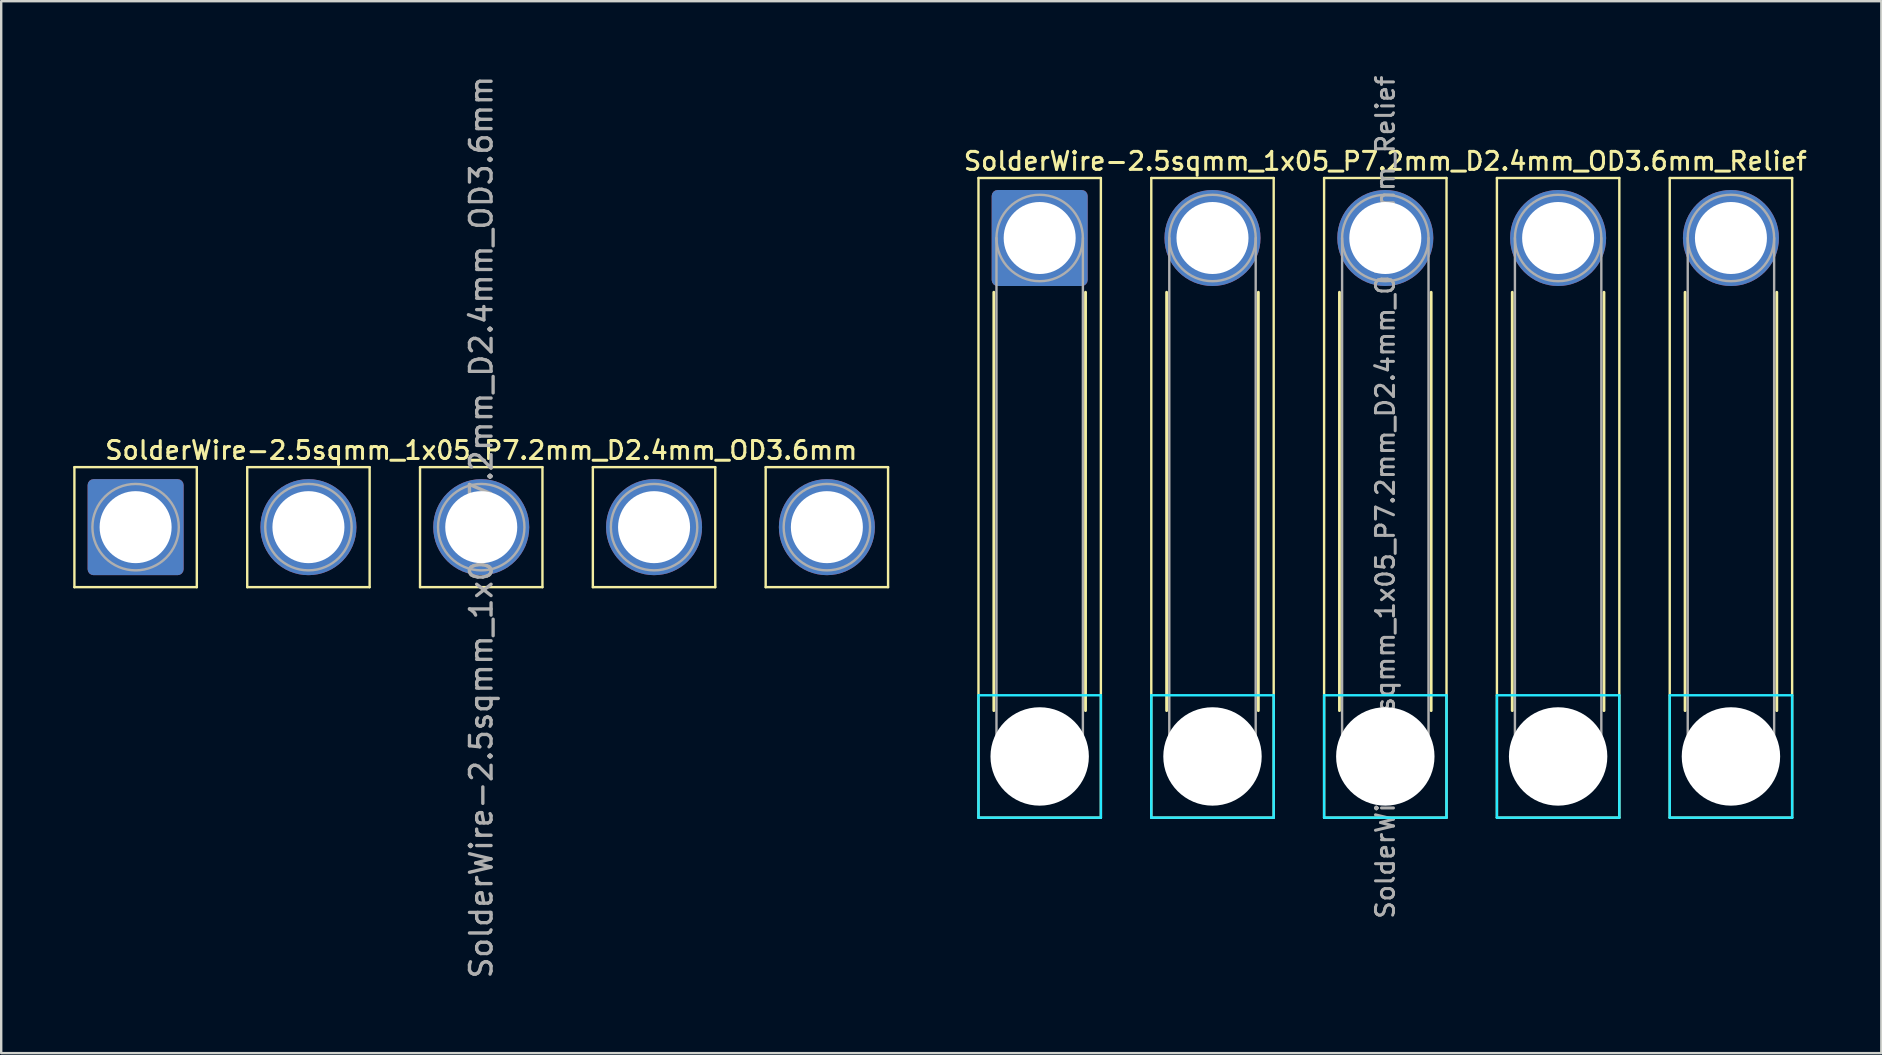
<source format=kicad_pcb>
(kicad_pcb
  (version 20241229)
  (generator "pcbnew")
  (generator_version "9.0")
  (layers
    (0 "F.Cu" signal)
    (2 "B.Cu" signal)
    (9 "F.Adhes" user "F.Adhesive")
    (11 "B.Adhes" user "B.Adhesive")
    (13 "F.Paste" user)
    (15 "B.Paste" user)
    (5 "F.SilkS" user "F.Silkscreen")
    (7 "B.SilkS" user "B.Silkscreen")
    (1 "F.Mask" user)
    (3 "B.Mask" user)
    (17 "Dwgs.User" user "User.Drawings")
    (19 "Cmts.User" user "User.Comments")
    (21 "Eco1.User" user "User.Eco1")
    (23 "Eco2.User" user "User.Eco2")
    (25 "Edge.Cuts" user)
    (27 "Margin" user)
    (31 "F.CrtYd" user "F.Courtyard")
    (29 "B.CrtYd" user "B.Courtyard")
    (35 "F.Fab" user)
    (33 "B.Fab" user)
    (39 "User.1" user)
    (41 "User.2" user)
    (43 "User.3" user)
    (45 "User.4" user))
  (footprint "SolderWire-2.5sqmm_1x05_P7.2mm_D2.4mm_OD3.6mm_Relief"
    (layer "F.Cu")
    (at 40.266 6.866)
    (property "Reference" "SolderWire-2.5sqmm_1x05_P7.2mm_D2.4mm_OD3.6mm_Relief" (at 14.4 -3.2 0) (layer "F.SilkS") (effects (font (size 0.75 0.75) (thickness 0.125))))
    (attr exclude_from_pos_files exclude_from_bom)
    (fp_line (start -2.55 -2.5) (end -2.55 24.15) (stroke (width 0.1) (type solid)) (layer "F.SilkS"))
    (fp_line (start -2.55 24.15) (end 2.55 24.15) (stroke (width 0.1) (type solid)) (layer "F.SilkS"))
    (fp_line (start -1.91 2.26) (end -1.91 19.69) (stroke (width 0.12) (type solid)) (layer "F.SilkS"))
    (fp_line (start 1.91 2.26) (end 1.91 19.69) (stroke (width 0.12) (type solid)) (layer "F.SilkS"))
    (fp_line (start 2.55 -2.5) (end -2.55 -2.5) (stroke (width 0.1) (type solid)) (layer "F.SilkS"))
    (fp_line (start 2.55 24.15) (end 2.55 -2.5) (stroke (width 0.1) (type solid)) (layer "F.SilkS"))
    (fp_line (start 4.65 -2.5) (end 4.65 24.15) (stroke (width 0.1) (type solid)) (layer "F.SilkS"))
    (fp_line (start 4.65 24.15) (end 9.75 24.15) (stroke (width 0.1) (type solid)) (layer "F.SilkS"))
    (fp_line (start 5.29 2.26) (end 5.29 19.69) (stroke (width 0.12) (type solid)) (layer "F.SilkS"))
    (fp_line (start 9.11 2.26) (end 9.11 19.69) (stroke (width 0.12) (type solid)) (layer "F.SilkS"))
    (fp_line (start 9.75 -2.5) (end 4.65 -2.5) (stroke (width 0.1) (type solid)) (layer "F.SilkS"))
    (fp_line (start 9.75 24.15) (end 9.75 -2.5) (stroke (width 0.1) (type solid)) (layer "F.SilkS"))
    (fp_line (start 11.85 -2.5) (end 11.85 24.15) (stroke (width 0.1) (type solid)) (layer "F.SilkS"))
    (fp_line (start 11.85 24.15) (end 16.95 24.15) (stroke (width 0.1) (type solid)) (layer "F.SilkS"))
    (fp_line (start 12.49 2.26) (end 12.49 19.69) (stroke (width 0.12) (type solid)) (layer "F.SilkS"))
    (fp_line (start 16.31 2.26) (end 16.31 19.69) (stroke (width 0.12) (type solid)) (layer "F.SilkS"))
    (fp_line (start 16.95 -2.5) (end 11.85 -2.5) (stroke (width 0.1) (type solid)) (layer "F.SilkS"))
    (fp_line (start 16.95 24.15) (end 16.95 -2.5) (stroke (width 0.1) (type solid)) (layer "F.SilkS"))
    (fp_line (start 19.05 -2.5) (end 19.05 24.15) (stroke (width 0.1) (type solid)) (layer "F.SilkS"))
    (fp_line (start 19.05 24.15) (end 24.15 24.15) (stroke (width 0.1) (type solid)) (layer "F.SilkS"))
    (fp_line (start 19.69 2.26) (end 19.69 19.69) (stroke (width 0.12) (type solid)) (layer "F.SilkS"))
    (fp_line (start 23.51 2.26) (end 23.51 19.69) (stroke (width 0.12) (type solid)) (layer "F.SilkS"))
    (fp_line (start 24.15 -2.5) (end 19.05 -2.5) (stroke (width 0.1) (type solid)) (layer "F.SilkS"))
    (fp_line (start 24.15 24.15) (end 24.15 -2.5) (stroke (width 0.1) (type solid)) (layer "F.SilkS"))
    (fp_line (start 26.25 -2.5) (end 26.25 24.15) (stroke (width 0.1) (type solid)) (layer "F.SilkS"))
    (fp_line (start 26.25 24.15) (end 31.35 24.15) (stroke (width 0.1) (type solid)) (layer "F.SilkS"))
    (fp_line (start 26.89 2.26) (end 26.89 19.69) (stroke (width 0.12) (type solid)) (layer "F.SilkS"))
    (fp_line (start 30.71 2.26) (end 30.71 19.69) (stroke (width 0.12) (type solid)) (layer "F.SilkS"))
    (fp_line (start 31.35 -2.5) (end 26.25 -2.5) (stroke (width 0.1) (type solid)) (layer "F.SilkS"))
    (fp_line (start 31.35 24.15) (end 31.35 -2.5) (stroke (width 0.1) (type solid)) (layer "F.SilkS"))
    (fp_line (start -2.55 19.05) (end -2.55 24.15) (stroke (width 0.1) (type solid)) (layer "B.CrtYd"))
    (fp_line (start -2.55 24.15) (end 2.55 24.15) (stroke (width 0.1) (type solid)) (layer "B.CrtYd"))
    (fp_line (start 2.55 19.05) (end -2.55 19.05) (stroke (width 0.1) (type solid)) (layer "B.CrtYd"))
    (fp_line (start 2.55 24.15) (end 2.55 19.05) (stroke (width 0.1) (type solid)) (layer "B.CrtYd"))
    (fp_line (start 4.65 19.05) (end 4.65 24.15) (stroke (width 0.1) (type solid)) (layer "B.CrtYd"))
    (fp_line (start 4.65 24.15) (end 9.75 24.15) (stroke (width 0.1) (type solid)) (layer "B.CrtYd"))
    (fp_line (start 9.75 19.05) (end 4.65 19.05) (stroke (width 0.1) (type solid)) (layer "B.CrtYd"))
    (fp_line (start 9.75 24.15) (end 9.75 19.05) (stroke (width 0.1) (type solid)) (layer "B.CrtYd"))
    (fp_line (start 11.85 19.05) (end 11.85 24.15) (stroke (width 0.1) (type solid)) (layer "B.CrtYd"))
    (fp_line (start 11.85 24.15) (end 16.95 24.15) (stroke (width 0.1) (type solid)) (layer "B.CrtYd"))
    (fp_line (start 16.95 19.05) (end 11.85 19.05) (stroke (width 0.1) (type solid)) (layer "B.CrtYd"))
    (fp_line (start 16.95 24.15) (end 16.95 19.05) (stroke (width 0.1) (type solid)) (layer "B.CrtYd"))
    (fp_line (start 19.05 19.05) (end 19.05 24.15) (stroke (width 0.1) (type solid)) (layer "B.CrtYd"))
    (fp_line (start 19.05 24.15) (end 24.15 24.15) (stroke (width 0.1) (type solid)) (layer "B.CrtYd"))
    (fp_line (start 24.15 19.05) (end 19.05 19.05) (stroke (width 0.1) (type solid)) (layer "B.CrtYd"))
    (fp_line (start 24.15 24.15) (end 24.15 19.05) (stroke (width 0.1) (type solid)) (layer "B.CrtYd"))
    (fp_line (start 26.25 19.05) (end 26.25 24.15) (stroke (width 0.1) (type solid)) (layer "B.CrtYd"))
    (fp_line (start 26.25 24.15) (end 31.35 24.15) (stroke (width 0.1) (type solid)) (layer "B.CrtYd"))
    (fp_line (start 31.35 19.05) (end 26.25 19.05) (stroke (width 0.1) (type solid)) (layer "B.CrtYd"))
    (fp_line (start 31.35 24.15) (end 31.35 19.05) (stroke (width 0.1) (type solid)) (layer "B.CrtYd"))
    (fp_line (start -1.8 0) (end -1.8 21.6) (stroke (width 0.1) (type solid)) (layer "F.Fab"))
    (fp_line (start 1.8 0) (end 1.8 21.6) (stroke (width 0.1) (type solid)) (layer "F.Fab"))
    (fp_line (start 5.4 0) (end 5.4 21.6) (stroke (width 0.1) (type solid)) (layer "F.Fab"))
    (fp_line (start 9 0) (end 9 21.6) (stroke (width 0.1) (type solid)) (layer "F.Fab"))
    (fp_line (start 12.6 0) (end 12.6 21.6) (stroke (width 0.1) (type solid)) (layer "F.Fab"))
    (fp_line (start 16.2 0) (end 16.2 21.6) (stroke (width 0.1) (type solid)) (layer "F.Fab"))
    (fp_line (start 19.8 0) (end 19.8 21.6) (stroke (width 0.1) (type solid)) (layer "F.Fab"))
    (fp_line (start 23.4 0) (end 23.4 21.6) (stroke (width 0.1) (type solid)) (layer "F.Fab"))
    (fp_line (start 27 0) (end 27 21.6) (stroke (width 0.1) (type solid)) (layer "F.Fab"))
    (fp_line (start 30.6 0) (end 30.6 21.6) (stroke (width 0.1) (type solid)) (layer "F.Fab"))
    (fp_circle (center 0 0) (end 1.8 0) (stroke (width 0.1) (type solid)) (fill no) (layer "F.Fab"))
    (fp_circle (center 0 21.6) (end 1.8 21.6) (stroke (width 0.1) (type solid)) (fill no) (layer "F.Fab"))
    (fp_circle (center 7.2 0) (end 9 0) (stroke (width 0.1) (type solid)) (fill no) (layer "F.Fab"))
    (fp_circle (center 7.2 21.6) (end 9 21.6) (stroke (width 0.1) (type solid)) (fill no) (layer "F.Fab"))
    (fp_circle (center 14.4 0) (end 16.2 0) (stroke (width 0.1) (type solid)) (fill no) (layer "F.Fab"))
    (fp_circle (center 14.4 21.6) (end 16.2 21.6) (stroke (width 0.1) (type solid)) (fill no) (layer "F.Fab"))
    (fp_circle (center 21.6 0) (end 23.4 0) (stroke (width 0.1) (type solid)) (fill no) (layer "F.Fab"))
    (fp_circle (center 21.6 21.6) (end 23.4 21.6) (stroke (width 0.1) (type solid)) (fill no) (layer "F.Fab"))
    (fp_circle (center 28.8 0) (end 30.6 0) (stroke (width 0.1) (type solid)) (fill no) (layer "F.Fab"))
    (fp_circle (center 28.8 21.6) (end 30.6 21.6) (stroke (width 0.1) (type solid)) (fill no) (layer "F.Fab"))
    (fp_text user "${REFERENCE}" (at 14.4 10.8 90) (layer "F.Fab") (effects (font (size 0.75 0.75) (thickness 0.125))))
    (pad "" np_thru_hole circle (at 0 21.6) (size 4.1 4.1) (drill 4.1) (layers "*.Cu" "*.Mask"))
    (pad "" np_thru_hole circle (at 7.2 21.6) (size 4.1 4.1) (drill 4.1) (layers "*.Cu" "*.Mask"))
    (pad "" np_thru_hole circle (at 14.4 21.6) (size 4.1 4.1) (drill 4.1) (layers "*.Cu" "*.Mask"))
    (pad "" np_thru_hole circle (at 21.6 21.6) (size 4.1 4.1) (drill 4.1) (layers "*.Cu" "*.Mask"))
    (pad "" np_thru_hole circle (at 28.8 21.6) (size 4.1 4.1) (drill 4.1) (layers "*.Cu" "*.Mask"))
    (pad "1" thru_hole roundrect (at 0 0) (size 4 4) (drill 3) (layers "*.Cu" "*.Mask") (roundrect_rratio 0.062))
    (pad "2" thru_hole circle (at 7.2 0) (size 4 4) (drill 3) (layers "*.Cu" "*.Mask"))
    (pad "3" thru_hole circle (at 14.4 0) (size 4 4) (drill 3) (layers "*.Cu" "*.Mask"))
    (pad "4" thru_hole circle (at 21.6 0) (size 4 4) (drill 3) (layers "*.Cu" "*.Mask"))
    (pad "5" thru_hole circle (at 28.8 0) (size 4 4) (drill 3) (layers "*.Cu" "*.Mask")))
  (footprint "SolderWire-2.5sqmm_1x05_P7.2mm_D2.4mm_OD3.6mm"
    (layer "F.Cu")
    (at 2.6 18.913)
    (property "Reference" "SolderWire-2.5sqmm_1x05_P7.2mm_D2.4mm_OD3.6mm" (at 14.4 -3.2 0) (layer "F.SilkS") (effects (font (size 0.75 0.75) (thickness 0.125))))
    (attr exclude_from_pos_files exclude_from_bom)
    (fp_line (start -2.55 -2.5) (end -2.55 2.5) (stroke (width 0.1) (type solid)) (layer "F.SilkS"))
    (fp_line (start -2.55 2.5) (end 2.55 2.5) (stroke (width 0.1) (type solid)) (layer "F.SilkS"))
    (fp_line (start 2.55 -2.5) (end -2.55 -2.5) (stroke (width 0.1) (type solid)) (layer "F.SilkS"))
    (fp_line (start 2.55 2.5) (end 2.55 -2.5) (stroke (width 0.1) (type solid)) (layer "F.SilkS"))
    (fp_line (start 4.65 -2.5) (end 4.65 2.5) (stroke (width 0.1) (type solid)) (layer "F.SilkS"))
    (fp_line (start 4.65 2.5) (end 9.75 2.5) (stroke (width 0.1) (type solid)) (layer "F.SilkS"))
    (fp_line (start 9.75 -2.5) (end 4.65 -2.5) (stroke (width 0.1) (type solid)) (layer "F.SilkS"))
    (fp_line (start 9.75 2.5) (end 9.75 -2.5) (stroke (width 0.1) (type solid)) (layer "F.SilkS"))
    (fp_line (start 11.85 -2.5) (end 11.85 2.5) (stroke (width 0.1) (type solid)) (layer "F.SilkS"))
    (fp_line (start 11.85 2.5) (end 16.95 2.5) (stroke (width 0.1) (type solid)) (layer "F.SilkS"))
    (fp_line (start 16.95 -2.5) (end 11.85 -2.5) (stroke (width 0.1) (type solid)) (layer "F.SilkS"))
    (fp_line (start 16.95 2.5) (end 16.95 -2.5) (stroke (width 0.1) (type solid)) (layer "F.SilkS"))
    (fp_line (start 19.05 -2.5) (end 19.05 2.5) (stroke (width 0.1) (type solid)) (layer "F.SilkS"))
    (fp_line (start 19.05 2.5) (end 24.15 2.5) (stroke (width 0.1) (type solid)) (layer "F.SilkS"))
    (fp_line (start 24.15 -2.5) (end 19.05 -2.5) (stroke (width 0.1) (type solid)) (layer "F.SilkS"))
    (fp_line (start 24.15 2.5) (end 24.15 -2.5) (stroke (width 0.1) (type solid)) (layer "F.SilkS"))
    (fp_line (start 26.25 -2.5) (end 26.25 2.5) (stroke (width 0.1) (type solid)) (layer "F.SilkS"))
    (fp_line (start 26.25 2.5) (end 31.35 2.5) (stroke (width 0.1) (type solid)) (layer "F.SilkS"))
    (fp_line (start 31.35 -2.5) (end 26.25 -2.5) (stroke (width 0.1) (type solid)) (layer "F.SilkS"))
    (fp_line (start 31.35 2.5) (end 31.35 -2.5) (stroke (width 0.1) (type solid)) (layer "F.SilkS"))
    (fp_circle (center 0 0) (end 1.8 0) (stroke (width 0.1) (type solid)) (fill no) (layer "F.Fab"))
    (fp_circle (center 7.2 0) (end 9 0) (stroke (width 0.1) (type solid)) (fill no) (layer "F.Fab"))
    (fp_circle (center 14.4 0) (end 16.2 0) (stroke (width 0.1) (type solid)) (fill no) (layer "F.Fab"))
    (fp_circle (center 21.6 0) (end 23.4 0) (stroke (width 0.1) (type solid)) (fill no) (layer "F.Fab"))
    (fp_circle (center 28.8 0) (end 30.6 0) (stroke (width 0.1) (type solid)) (fill no) (layer "F.Fab"))
    (fp_text user "${REFERENCE}" (at 14.4 0 90) (layer "F.Fab") (effects (font (size 0.9 0.9) (thickness 0.14))))
    (pad "1" thru_hole roundrect (at 0 0) (size 4 4) (drill 3) (layers "*.Cu" "*.Mask") (roundrect_rratio 0.062))
    (pad "2" thru_hole circle (at 7.2 0) (size 4 4) (drill 3) (layers "*.Cu" "*.Mask"))
    (pad "3" thru_hole circle (at 14.4 0) (size 4 4) (drill 3) (layers "*.Cu" "*.Mask"))
    (pad "4" thru_hole circle (at 21.6 0) (size 4 4) (drill 3) (layers "*.Cu" "*.Mask"))
    (pad "5" thru_hole circle (at 28.8 0) (size 4 4) (drill 3) (layers "*.Cu" "*.Mask")))
  (gr_rect
    (start -3 -3)
    (end 75.332 40.826)
    (stroke (width 0.1) (type default))
    (fill no)
    (layer "Edge.Cuts")))
</source>
